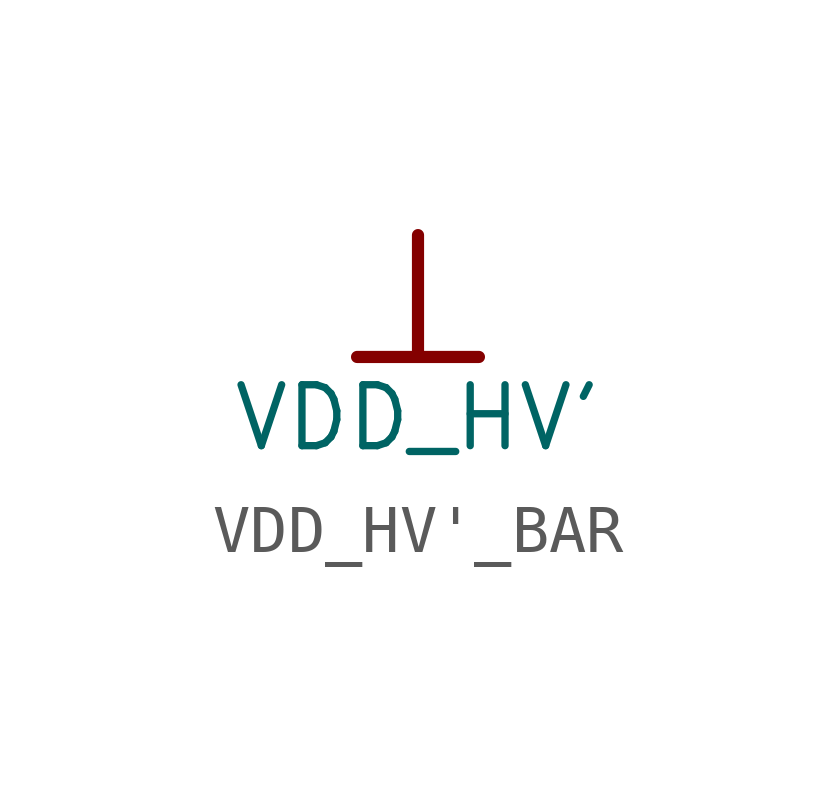
<source format=kicad_sym>
(kicad_symbol_lib
  (version 20241209)
  (generator "kicad_symbol_editor")
  (generator_version "9.0")
  (symbol "VDD_HV'_BAR"
    (power)
    (property "Reference" "#PWR"
      (at 0 0 0)
      (effects (font (size 1.27 1.27)) (hide yes)))
    (property "Value" "VDD_HV'"
      (at 0 -3.81 0)
      (effects (font (size 1.27 1.27))))
    (symbol "VDD_HV'_BAR_0_0"
      (polyline (pts (xy -1.27 -2.54) (xy 1.27 -2.54)) (stroke (width 0.254) (type solid)) (fill (type none)))
      (polyline (pts (xy 0 0) (xy 0 -2.54)) (stroke (width 0.254) (type solid)) (fill (type none)))
      (pin power_in line (at 0 0 0) (length 0) (hide yes) (name "VDD_HV'" (effects (font (size 1.27 1.27)))) (number "" (effects (font (size 1.27 1.27))))))))
</source>
